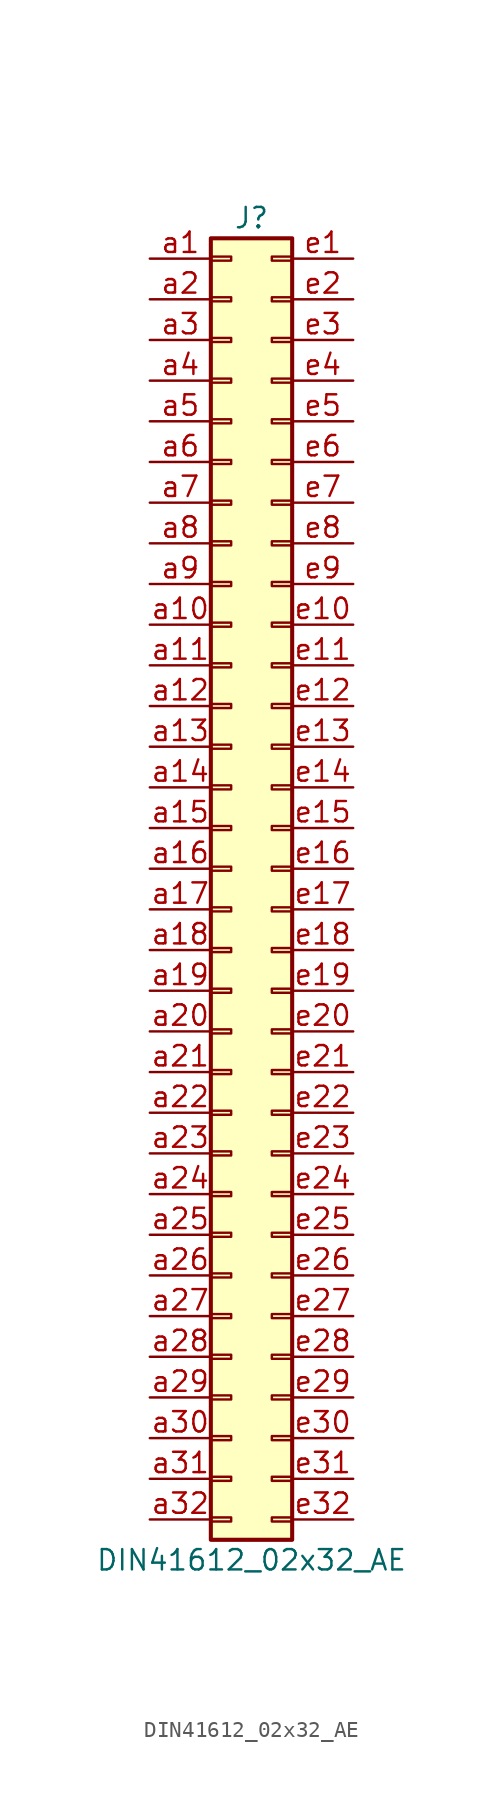
<source format=kicad_sym>
(kicad_symbol_lib
  (version 20201005)
  (generator kicad_symbol_editor)
  (symbol "Connector:DIN41612_02x32_AE"
    (pin_names
      (offset 1.016) hide)
    (property "Reference" "J"
      (at 1.27 40.64 0)
      (effects (font (size 1.27 1.27))))
    (property "Value" "DIN41612_02x32_AE"
      (at 1.27 -43.18 0)
      (effects (font (size 1.27 1.27))))
    (symbol "DIN41612_02x32_AE_1_1"
      (rectangle (start -1.27 -40.513) (end 0 -40.767) (stroke (width 0.152)) (fill (type none)))
      (rectangle (start -1.27 -37.973) (end 0 -38.227) (stroke (width 0.152)) (fill (type none)))
      (rectangle (start -1.27 -35.433) (end 0 -35.687) (stroke (width 0.152)) (fill (type none)))
      (rectangle (start -1.27 -32.893) (end 0 -33.147) (stroke (width 0.152)) (fill (type none)))
      (rectangle (start -1.27 -30.353) (end 0 -30.607) (stroke (width 0.152)) (fill (type none)))
      (rectangle (start -1.27 -27.813) (end 0 -28.067) (stroke (width 0.152)) (fill (type none)))
      (rectangle (start -1.27 -25.273) (end 0 -25.527) (stroke (width 0.152)) (fill (type none)))
      (rectangle (start -1.27 -22.733) (end 0 -22.987) (stroke (width 0.152)) (fill (type none)))
      (rectangle (start -1.27 -20.193) (end 0 -20.447) (stroke (width 0.152)) (fill (type none)))
      (rectangle (start -1.27 -17.653) (end 0 -17.907) (stroke (width 0.152)) (fill (type none)))
      (rectangle (start -1.27 -15.113) (end 0 -15.367) (stroke (width 0.152)) (fill (type none)))
      (rectangle (start -1.27 -12.573) (end 0 -12.827) (stroke (width 0.152)) (fill (type none)))
      (rectangle (start -1.27 -10.033) (end 0 -10.287) (stroke (width 0.152)) (fill (type none)))
      (rectangle (start -1.27 -7.493) (end 0 -7.747) (stroke (width 0.152)) (fill (type none)))
      (rectangle (start -1.27 -4.953) (end 0 -5.207) (stroke (width 0.152)) (fill (type none)))
      (rectangle (start -1.27 -2.413) (end 0 -2.667) (stroke (width 0.152)) (fill (type none)))
      (rectangle (start -1.27 0.127) (end 0 -0.127) (stroke (width 0.152)) (fill (type none)))
      (rectangle (start -1.27 2.667) (end 0 2.413) (stroke (width 0.152)) (fill (type none)))
      (rectangle (start -1.27 5.207) (end 0 4.953) (stroke (width 0.152)) (fill (type none)))
      (rectangle (start -1.27 7.747) (end 0 7.493) (stroke (width 0.152)) (fill (type none)))
      (rectangle (start -1.27 10.287) (end 0 10.033) (stroke (width 0.152)) (fill (type none)))
      (rectangle (start -1.27 12.827) (end 0 12.573) (stroke (width 0.152)) (fill (type none)))
      (rectangle (start -1.27 15.367) (end 0 15.113) (stroke (width 0.152)) (fill (type none)))
      (rectangle (start -1.27 17.907) (end 0 17.653) (stroke (width 0.152)) (fill (type none)))
      (rectangle (start -1.27 20.447) (end 0 20.193) (stroke (width 0.152)) (fill (type none)))
      (rectangle (start -1.27 22.987) (end 0 22.733) (stroke (width 0.152)) (fill (type none)))
      (rectangle (start -1.27 25.527) (end 0 25.273) (stroke (width 0.152)) (fill (type none)))
      (rectangle (start -1.27 28.067) (end 0 27.813) (stroke (width 0.152)) (fill (type none)))
      (rectangle (start -1.27 30.607) (end 0 30.353) (stroke (width 0.152)) (fill (type none)))
      (rectangle (start -1.27 33.147) (end 0 32.893) (stroke (width 0.152)) (fill (type none)))
      (rectangle (start -1.27 35.687) (end 0 35.433) (stroke (width 0.152)) (fill (type none)))
      (rectangle (start -1.27 38.227) (end 0 37.973) (stroke (width 0.152)) (fill (type none)))
      (rectangle (start -1.27 39.37) (end 3.81 -41.91) (stroke (width 0.254)) (fill (type background)))
      (rectangle (start 3.81 -40.513) (end 2.54 -40.767) (stroke (width 0.152)) (fill (type none)))
      (rectangle (start 3.81 -37.973) (end 2.54 -38.227) (stroke (width 0.152)) (fill (type none)))
      (rectangle (start 3.81 -35.433) (end 2.54 -35.687) (stroke (width 0.152)) (fill (type none)))
      (rectangle (start 3.81 -32.893) (end 2.54 -33.147) (stroke (width 0.152)) (fill (type none)))
      (rectangle (start 3.81 -30.353) (end 2.54 -30.607) (stroke (width 0.152)) (fill (type none)))
      (rectangle (start 3.81 -27.813) (end 2.54 -28.067) (stroke (width 0.152)) (fill (type none)))
      (rectangle (start 3.81 -25.273) (end 2.54 -25.527) (stroke (width 0.152)) (fill (type none)))
      (rectangle (start 3.81 -22.733) (end 2.54 -22.987) (stroke (width 0.152)) (fill (type none)))
      (rectangle (start 3.81 -20.193) (end 2.54 -20.447) (stroke (width 0.152)) (fill (type none)))
      (rectangle (start 3.81 -17.653) (end 2.54 -17.907) (stroke (width 0.152)) (fill (type none)))
      (rectangle (start 3.81 -15.113) (end 2.54 -15.367) (stroke (width 0.152)) (fill (type none)))
      (rectangle (start 3.81 -12.573) (end 2.54 -12.827) (stroke (width 0.152)) (fill (type none)))
      (rectangle (start 3.81 -10.033) (end 2.54 -10.287) (stroke (width 0.152)) (fill (type none)))
      (rectangle (start 3.81 -7.493) (end 2.54 -7.747) (stroke (width 0.152)) (fill (type none)))
      (rectangle (start 3.81 -4.953) (end 2.54 -5.207) (stroke (width 0.152)) (fill (type none)))
      (rectangle (start 3.81 -2.413) (end 2.54 -2.667) (stroke (width 0.152)) (fill (type none)))
      (rectangle (start 3.81 0.127) (end 2.54 -0.127) (stroke (width 0.152)) (fill (type none)))
      (rectangle (start 3.81 2.667) (end 2.54 2.413) (stroke (width 0.152)) (fill (type none)))
      (rectangle (start 3.81 5.207) (end 2.54 4.953) (stroke (width 0.152)) (fill (type none)))
      (rectangle (start 3.81 7.747) (end 2.54 7.493) (stroke (width 0.152)) (fill (type none)))
      (rectangle (start 3.81 10.287) (end 2.54 10.033) (stroke (width 0.152)) (fill (type none)))
      (rectangle (start 3.81 12.827) (end 2.54 12.573) (stroke (width 0.152)) (fill (type none)))
      (rectangle (start 3.81 15.367) (end 2.54 15.113) (stroke (width 0.152)) (fill (type none)))
      (rectangle (start 3.81 17.907) (end 2.54 17.653) (stroke (width 0.152)) (fill (type none)))
      (rectangle (start 3.81 20.447) (end 2.54 20.193) (stroke (width 0.152)) (fill (type none)))
      (rectangle (start 3.81 22.987) (end 2.54 22.733) (stroke (width 0.152)) (fill (type none)))
      (rectangle (start 3.81 25.527) (end 2.54 25.273) (stroke (width 0.152)) (fill (type none)))
      (rectangle (start 3.81 28.067) (end 2.54 27.813) (stroke (width 0.152)) (fill (type none)))
      (rectangle (start 3.81 30.607) (end 2.54 30.353) (stroke (width 0.152)) (fill (type none)))
      (rectangle (start 3.81 33.147) (end 2.54 32.893) (stroke (width 0.152)) (fill (type none)))
      (rectangle (start 3.81 35.687) (end 2.54 35.433) (stroke (width 0.152)) (fill (type none)))
      (rectangle (start 3.81 38.227) (end 2.54 37.973) (stroke (width 0.152)) (fill (type none)))
      (pin passive line (at -5.08 38.1 0) (length 3.81) (name "Pin_a1" (effects (font (size 1.27 1.27)))) (number "a1" (effects (font (size 1.27 1.27)))))
      (pin passive line (at -5.08 15.24 0) (length 3.81) (name "Pin_a10" (effects (font (size 1.27 1.27)))) (number "a10" (effects (font (size 1.27 1.27)))))
      (pin passive line (at -5.08 12.7 0) (length 3.81) (name "Pin_a11" (effects (font (size 1.27 1.27)))) (number "a11" (effects (font (size 1.27 1.27)))))
      (pin passive line (at -5.08 10.16 0) (length 3.81) (name "Pin_a12" (effects (font (size 1.27 1.27)))) (number "a12" (effects (font (size 1.27 1.27)))))
      (pin passive line (at -5.08 7.62 0) (length 3.81) (name "Pin_a13" (effects (font (size 1.27 1.27)))) (number "a13" (effects (font (size 1.27 1.27)))))
      (pin passive line (at -5.08 5.08 0) (length 3.81) (name "Pin_a14" (effects (font (size 1.27 1.27)))) (number "a14" (effects (font (size 1.27 1.27)))))
      (pin passive line (at -5.08 2.54 0) (length 3.81) (name "Pin_a15" (effects (font (size 1.27 1.27)))) (number "a15" (effects (font (size 1.27 1.27)))))
      (pin passive line (at -5.08 0 0) (length 3.81) (name "Pin_a16" (effects (font (size 1.27 1.27)))) (number "a16" (effects (font (size 1.27 1.27)))))
      (pin passive line (at -5.08 -2.54 0) (length 3.81) (name "Pin_a17" (effects (font (size 1.27 1.27)))) (number "a17" (effects (font (size 1.27 1.27)))))
      (pin passive line (at -5.08 -5.08 0) (length 3.81) (name "Pin_a18" (effects (font (size 1.27 1.27)))) (number "a18" (effects (font (size 1.27 1.27)))))
      (pin passive line (at -5.08 -7.62 0) (length 3.81) (name "Pin_a19" (effects (font (size 1.27 1.27)))) (number "a19" (effects (font (size 1.27 1.27)))))
      (pin passive line (at -5.08 35.56 0) (length 3.81) (name "Pin_a2" (effects (font (size 1.27 1.27)))) (number "a2" (effects (font (size 1.27 1.27)))))
      (pin passive line (at -5.08 -10.16 0) (length 3.81) (name "Pin_a20" (effects (font (size 1.27 1.27)))) (number "a20" (effects (font (size 1.27 1.27)))))
      (pin passive line (at -5.08 -12.7 0) (length 3.81) (name "Pin_a21" (effects (font (size 1.27 1.27)))) (number "a21" (effects (font (size 1.27 1.27)))))
      (pin passive line (at -5.08 -15.24 0) (length 3.81) (name "Pin_a22" (effects (font (size 1.27 1.27)))) (number "a22" (effects (font (size 1.27 1.27)))))
      (pin passive line (at -5.08 -17.78 0) (length 3.81) (name "Pin_a23" (effects (font (size 1.27 1.27)))) (number "a23" (effects (font (size 1.27 1.27)))))
      (pin passive line (at -5.08 -20.32 0) (length 3.81) (name "Pin_a24" (effects (font (size 1.27 1.27)))) (number "a24" (effects (font (size 1.27 1.27)))))
      (pin passive line (at -5.08 -22.86 0) (length 3.81) (name "Pin_a25" (effects (font (size 1.27 1.27)))) (number "a25" (effects (font (size 1.27 1.27)))))
      (pin passive line (at -5.08 -25.4 0) (length 3.81) (name "Pin_a26" (effects (font (size 1.27 1.27)))) (number "a26" (effects (font (size 1.27 1.27)))))
      (pin passive line (at -5.08 -27.94 0) (length 3.81) (name "Pin_a27" (effects (font (size 1.27 1.27)))) (number "a27" (effects (font (size 1.27 1.27)))))
      (pin passive line (at -5.08 -30.48 0) (length 3.81) (name "Pin_a28" (effects (font (size 1.27 1.27)))) (number "a28" (effects (font (size 1.27 1.27)))))
      (pin passive line (at -5.08 -33.02 0) (length 3.81) (name "Pin_a29" (effects (font (size 1.27 1.27)))) (number "a29" (effects (font (size 1.27 1.27)))))
      (pin passive line (at -5.08 33.02 0) (length 3.81) (name "Pin_a3" (effects (font (size 1.27 1.27)))) (number "a3" (effects (font (size 1.27 1.27)))))
      (pin passive line (at -5.08 -35.56 0) (length 3.81) (name "Pin_a30" (effects (font (size 1.27 1.27)))) (number "a30" (effects (font (size 1.27 1.27)))))
      (pin passive line (at -5.08 -38.1 0) (length 3.81) (name "Pin_a31" (effects (font (size 1.27 1.27)))) (number "a31" (effects (font (size 1.27 1.27)))))
      (pin passive line (at -5.08 -40.64 0) (length 3.81) (name "Pin_a32" (effects (font (size 1.27 1.27)))) (number "a32" (effects (font (size 1.27 1.27)))))
      (pin passive line (at -5.08 30.48 0) (length 3.81) (name "Pin_a4" (effects (font (size 1.27 1.27)))) (number "a4" (effects (font (size 1.27 1.27)))))
      (pin passive line (at -5.08 27.94 0) (length 3.81) (name "Pin_a5" (effects (font (size 1.27 1.27)))) (number "a5" (effects (font (size 1.27 1.27)))))
      (pin passive line (at -5.08 25.4 0) (length 3.81) (name "Pin_a6" (effects (font (size 1.27 1.27)))) (number "a6" (effects (font (size 1.27 1.27)))))
      (pin passive line (at -5.08 22.86 0) (length 3.81) (name "Pin_a7" (effects (font (size 1.27 1.27)))) (number "a7" (effects (font (size 1.27 1.27)))))
      (pin passive line (at -5.08 20.32 0) (length 3.81) (name "Pin_a8" (effects (font (size 1.27 1.27)))) (number "a8" (effects (font (size 1.27 1.27)))))
      (pin passive line (at -5.08 17.78 0) (length 3.81) (name "Pin_a9" (effects (font (size 1.27 1.27)))) (number "a9" (effects (font (size 1.27 1.27)))))
      (pin passive line (at 7.62 38.1 180) (length 3.81) (name "Pin_e1" (effects (font (size 1.27 1.27)))) (number "e1" (effects (font (size 1.27 1.27)))))
      (pin passive line (at 7.62 15.24 180) (length 3.81) (name "Pin_e10" (effects (font (size 1.27 1.27)))) (number "e10" (effects (font (size 1.27 1.27)))))
      (pin passive line (at 7.62 12.7 180) (length 3.81) (name "Pin_e11" (effects (font (size 1.27 1.27)))) (number "e11" (effects (font (size 1.27 1.27)))))
      (pin passive line (at 7.62 10.16 180) (length 3.81) (name "Pin_e12" (effects (font (size 1.27 1.27)))) (number "e12" (effects (font (size 1.27 1.27)))))
      (pin passive line (at 7.62 7.62 180) (length 3.81) (name "Pin_e13" (effects (font (size 1.27 1.27)))) (number "e13" (effects (font (size 1.27 1.27)))))
      (pin passive line (at 7.62 5.08 180) (length 3.81) (name "Pin_e14" (effects (font (size 1.27 1.27)))) (number "e14" (effects (font (size 1.27 1.27)))))
      (pin passive line (at 7.62 2.54 180) (length 3.81) (name "Pin_e15" (effects (font (size 1.27 1.27)))) (number "e15" (effects (font (size 1.27 1.27)))))
      (pin passive line (at 7.62 0 180) (length 3.81) (name "Pin_e16" (effects (font (size 1.27 1.27)))) (number "e16" (effects (font (size 1.27 1.27)))))
      (pin passive line (at 7.62 -2.54 180) (length 3.81) (name "Pin_e17" (effects (font (size 1.27 1.27)))) (number "e17" (effects (font (size 1.27 1.27)))))
      (pin passive line (at 7.62 -5.08 180) (length 3.81) (name "Pin_e18" (effects (font (size 1.27 1.27)))) (number "e18" (effects (font (size 1.27 1.27)))))
      (pin passive line (at 7.62 -7.62 180) (length 3.81) (name "Pin_e19" (effects (font (size 1.27 1.27)))) (number "e19" (effects (font (size 1.27 1.27)))))
      (pin passive line (at 7.62 35.56 180) (length 3.81) (name "Pin_e2" (effects (font (size 1.27 1.27)))) (number "e2" (effects (font (size 1.27 1.27)))))
      (pin passive line (at 7.62 -10.16 180) (length 3.81) (name "Pin_e20" (effects (font (size 1.27 1.27)))) (number "e20" (effects (font (size 1.27 1.27)))))
      (pin passive line (at 7.62 -12.7 180) (length 3.81) (name "Pin_e21" (effects (font (size 1.27 1.27)))) (number "e21" (effects (font (size 1.27 1.27)))))
      (pin passive line (at 7.62 -15.24 180) (length 3.81) (name "Pin_e22" (effects (font (size 1.27 1.27)))) (number "e22" (effects (font (size 1.27 1.27)))))
      (pin passive line (at 7.62 -17.78 180) (length 3.81) (name "Pin_e23" (effects (font (size 1.27 1.27)))) (number "e23" (effects (font (size 1.27 1.27)))))
      (pin passive line (at 7.62 -20.32 180) (length 3.81) (name "Pin_e24" (effects (font (size 1.27 1.27)))) (number "e24" (effects (font (size 1.27 1.27)))))
      (pin passive line (at 7.62 -22.86 180) (length 3.81) (name "Pin_e25" (effects (font (size 1.27 1.27)))) (number "e25" (effects (font (size 1.27 1.27)))))
      (pin passive line (at 7.62 -25.4 180) (length 3.81) (name "Pin_e26" (effects (font (size 1.27 1.27)))) (number "e26" (effects (font (size 1.27 1.27)))))
      (pin passive line (at 7.62 -27.94 180) (length 3.81) (name "Pin_e27" (effects (font (size 1.27 1.27)))) (number "e27" (effects (font (size 1.27 1.27)))))
      (pin passive line (at 7.62 -30.48 180) (length 3.81) (name "Pin_e28" (effects (font (size 1.27 1.27)))) (number "e28" (effects (font (size 1.27 1.27)))))
      (pin passive line (at 7.62 -33.02 180) (length 3.81) (name "Pin_e29" (effects (font (size 1.27 1.27)))) (number "e29" (effects (font (size 1.27 1.27)))))
      (pin passive line (at 7.62 33.02 180) (length 3.81) (name "Pin_e3" (effects (font (size 1.27 1.27)))) (number "e3" (effects (font (size 1.27 1.27)))))
      (pin passive line (at 7.62 -35.56 180) (length 3.81) (name "Pin_e30" (effects (font (size 1.27 1.27)))) (number "e30" (effects (font (size 1.27 1.27)))))
      (pin passive line (at 7.62 -38.1 180) (length 3.81) (name "Pin_e31" (effects (font (size 1.27 1.27)))) (number "e31" (effects (font (size 1.27 1.27)))))
      (pin passive line (at 7.62 -40.64 180) (length 3.81) (name "Pin_e32" (effects (font (size 1.27 1.27)))) (number "e32" (effects (font (size 1.27 1.27)))))
      (pin passive line (at 7.62 30.48 180) (length 3.81) (name "Pin_e4" (effects (font (size 1.27 1.27)))) (number "e4" (effects (font (size 1.27 1.27)))))
      (pin passive line (at 7.62 27.94 180) (length 3.81) (name "Pin_e5" (effects (font (size 1.27 1.27)))) (number "e5" (effects (font (size 1.27 1.27)))))
      (pin passive line (at 7.62 25.4 180) (length 3.81) (name "Pin_e6" (effects (font (size 1.27 1.27)))) (number "e6" (effects (font (size 1.27 1.27)))))
      (pin passive line (at 7.62 22.86 180) (length 3.81) (name "Pin_e7" (effects (font (size 1.27 1.27)))) (number "e7" (effects (font (size 1.27 1.27)))))
      (pin passive line (at 7.62 20.32 180) (length 3.81) (name "Pin_e8" (effects (font (size 1.27 1.27)))) (number "e8" (effects (font (size 1.27 1.27)))))
      (pin passive line (at 7.62 17.78 180) (length 3.81) (name "Pin_e9" (effects (font (size 1.27 1.27)))) (number "e9" (effects (font (size 1.27 1.27))))))))
</source>
